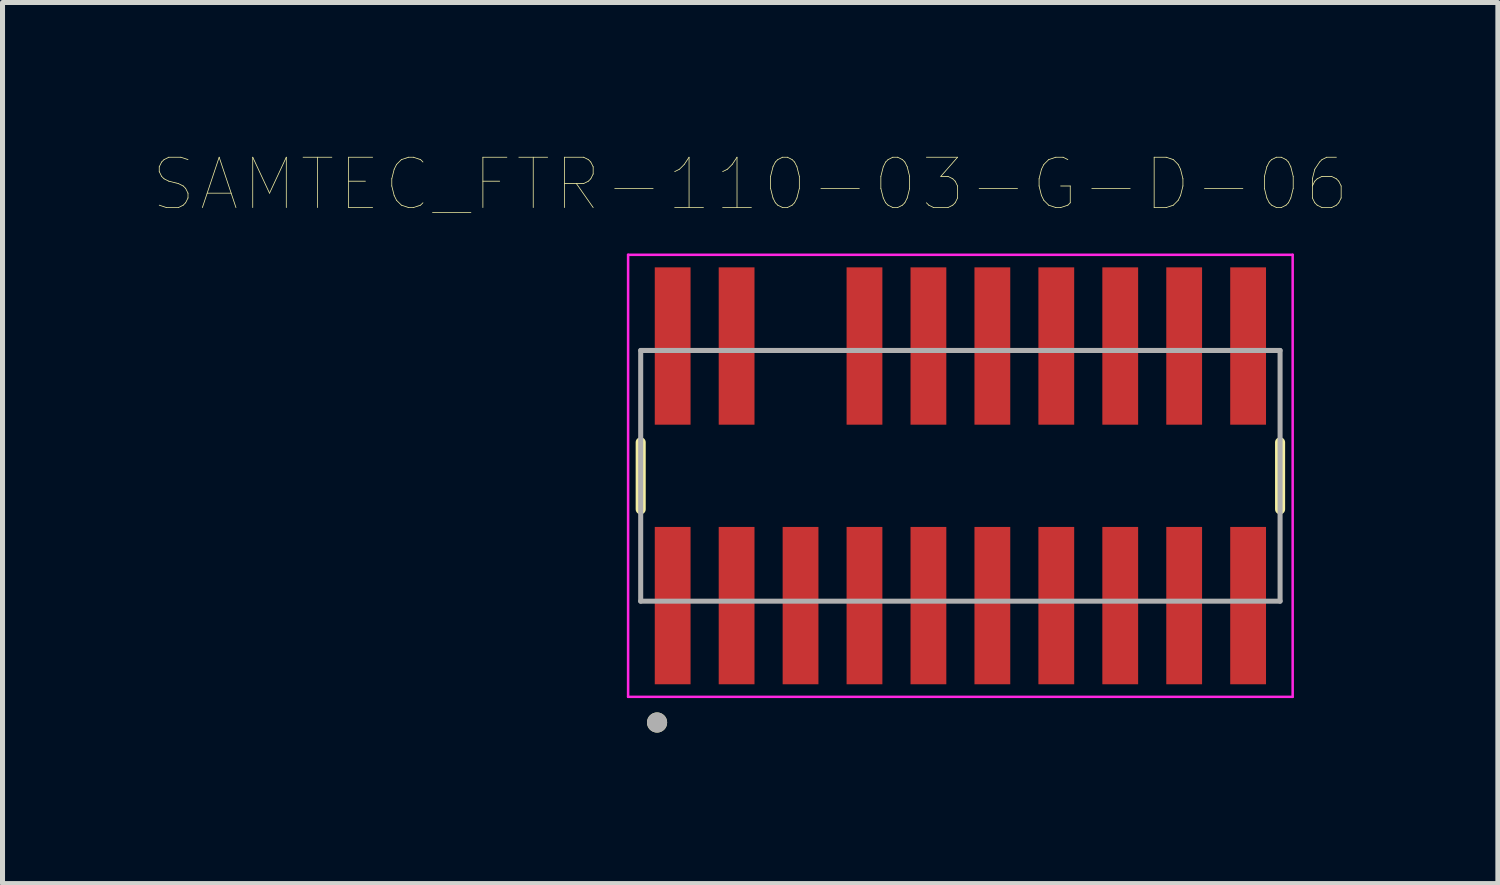
<source format=kicad_pcb>
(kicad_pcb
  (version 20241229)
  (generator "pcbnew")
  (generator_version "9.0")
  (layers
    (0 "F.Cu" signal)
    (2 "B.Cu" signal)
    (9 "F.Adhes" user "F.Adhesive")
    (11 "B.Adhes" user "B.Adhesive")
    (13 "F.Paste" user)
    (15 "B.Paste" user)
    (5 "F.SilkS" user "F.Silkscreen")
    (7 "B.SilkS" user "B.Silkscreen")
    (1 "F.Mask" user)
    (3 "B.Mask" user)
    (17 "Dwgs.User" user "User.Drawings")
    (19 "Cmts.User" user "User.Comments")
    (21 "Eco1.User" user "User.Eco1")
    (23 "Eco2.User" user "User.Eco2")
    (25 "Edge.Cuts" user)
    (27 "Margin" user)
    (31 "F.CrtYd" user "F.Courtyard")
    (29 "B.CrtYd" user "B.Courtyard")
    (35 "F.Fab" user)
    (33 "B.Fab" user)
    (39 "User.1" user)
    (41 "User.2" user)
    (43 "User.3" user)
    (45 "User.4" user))
  (footprint "SAMTEC_FTR-110-03-G-D-06"
    (layer "F.Cu")
    (at 16.026 6.401)
    (property "Reference" "SAMTEC_FTR-110-03-G-D-06" (at -4.175 -5.79 0) (layer "F.SilkS") (effects (font (size 1 1) (thickness 0.015))))
    (attr through_hole)
    (fp_line (start -6.35 0.665) (end -6.35 -0.665) (stroke (width 0.2) (type solid)) (layer "F.SilkS"))
    (fp_line (start 6.35 0.665) (end 6.35 -0.665) (stroke (width 0.2) (type solid)) (layer "F.SilkS"))
    (fp_circle (center -6.025 4.9) (end -5.925 4.9) (stroke (width 0.2) (type solid)) (fill no) (layer "F.SilkS"))
    (fp_line (start -6.6 -4.39) (end 6.6 -4.39) (stroke (width 0.05) (type solid)) (layer "F.CrtYd"))
    (fp_line (start -6.6 4.39) (end -6.6 -4.39) (stroke (width 0.05) (type solid)) (layer "F.CrtYd"))
    (fp_line (start 6.6 -4.39) (end 6.6 4.39) (stroke (width 0.05) (type solid)) (layer "F.CrtYd"))
    (fp_line (start 6.6 4.39) (end -6.6 4.39) (stroke (width 0.05) (type solid)) (layer "F.CrtYd"))
    (fp_line (start -6.35 -2.49) (end 6.35 -2.49) (stroke (width 0.1) (type solid)) (layer "F.Fab"))
    (fp_line (start -6.35 2.49) (end -6.35 -2.49) (stroke (width 0.1) (type solid)) (layer "F.Fab"))
    (fp_line (start 6.35 -2.49) (end 6.35 2.49) (stroke (width 0.1) (type solid)) (layer "F.Fab"))
    (fp_line (start 6.35 2.49) (end -6.35 2.49) (stroke (width 0.1) (type solid)) (layer "F.Fab"))
    (fp_circle (center -6.025 4.9) (end -5.925 4.9) (stroke (width 0.2) (type solid)) (fill no) (layer "F.Fab"))
    (pad "01" smd rect (at -5.715 2.578) (size 0.711 3.125) (layers "F.Cu" "F.Mask" "F.Paste"))
    (pad "02" smd rect (at -5.715 -2.578) (size 0.711 3.125) (layers "F.Cu" "F.Mask" "F.Paste"))
    (pad "03" smd rect (at -4.445 2.578) (size 0.711 3.125) (layers "F.Cu" "F.Mask" "F.Paste"))
    (pad "04" smd rect (at -4.445 -2.578) (size 0.711 3.125) (layers "F.Cu" "F.Mask" "F.Paste"))
    (pad "05" smd rect (at -3.175 2.578) (size 0.711 3.125) (layers "F.Cu" "F.Mask" "F.Paste"))
    (pad "07" smd rect (at -1.905 2.578) (size 0.711 3.125) (layers "F.Cu" "F.Mask" "F.Paste"))
    (pad "08" smd rect (at -1.905 -2.578) (size 0.711 3.125) (layers "F.Cu" "F.Mask" "F.Paste"))
    (pad "09" smd rect (at -0.635 2.578) (size 0.711 3.125) (layers "F.Cu" "F.Mask" "F.Paste"))
    (pad "10" smd rect (at -0.635 -2.578) (size 0.711 3.125) (layers "F.Cu" "F.Mask" "F.Paste"))
    (pad "11" smd rect (at 0.635 2.578) (size 0.711 3.125) (layers "F.Cu" "F.Mask" "F.Paste"))
    (pad "12" smd rect (at 0.635 -2.578) (size 0.711 3.125) (layers "F.Cu" "F.Mask" "F.Paste"))
    (pad "13" smd rect (at 1.905 2.578) (size 0.711 3.125) (layers "F.Cu" "F.Mask" "F.Paste"))
    (pad "14" smd rect (at 1.905 -2.578) (size 0.711 3.125) (layers "F.Cu" "F.Mask" "F.Paste"))
    (pad "15" smd rect (at 3.175 2.578) (size 0.711 3.125) (layers "F.Cu" "F.Mask" "F.Paste"))
    (pad "16" smd rect (at 3.175 -2.578) (size 0.711 3.125) (layers "F.Cu" "F.Mask" "F.Paste"))
    (pad "17" smd rect (at 4.445 2.578) (size 0.711 3.125) (layers "F.Cu" "F.Mask" "F.Paste"))
    (pad "18" smd rect (at 4.445 -2.578) (size 0.711 3.125) (layers "F.Cu" "F.Mask" "F.Paste"))
    (pad "19" smd rect (at 5.715 2.578) (size 0.711 3.125) (layers "F.Cu" "F.Mask" "F.Paste"))
    (pad "20" smd rect (at 5.715 -2.578) (size 0.711 3.125) (layers "F.Cu" "F.Mask" "F.Paste")))
  (gr_rect
    (start -3 -3)
    (end 26.702 14.501)
    (stroke (width 0.1) (type default))
    (fill no)
    (layer "Edge.Cuts")))
</source>
